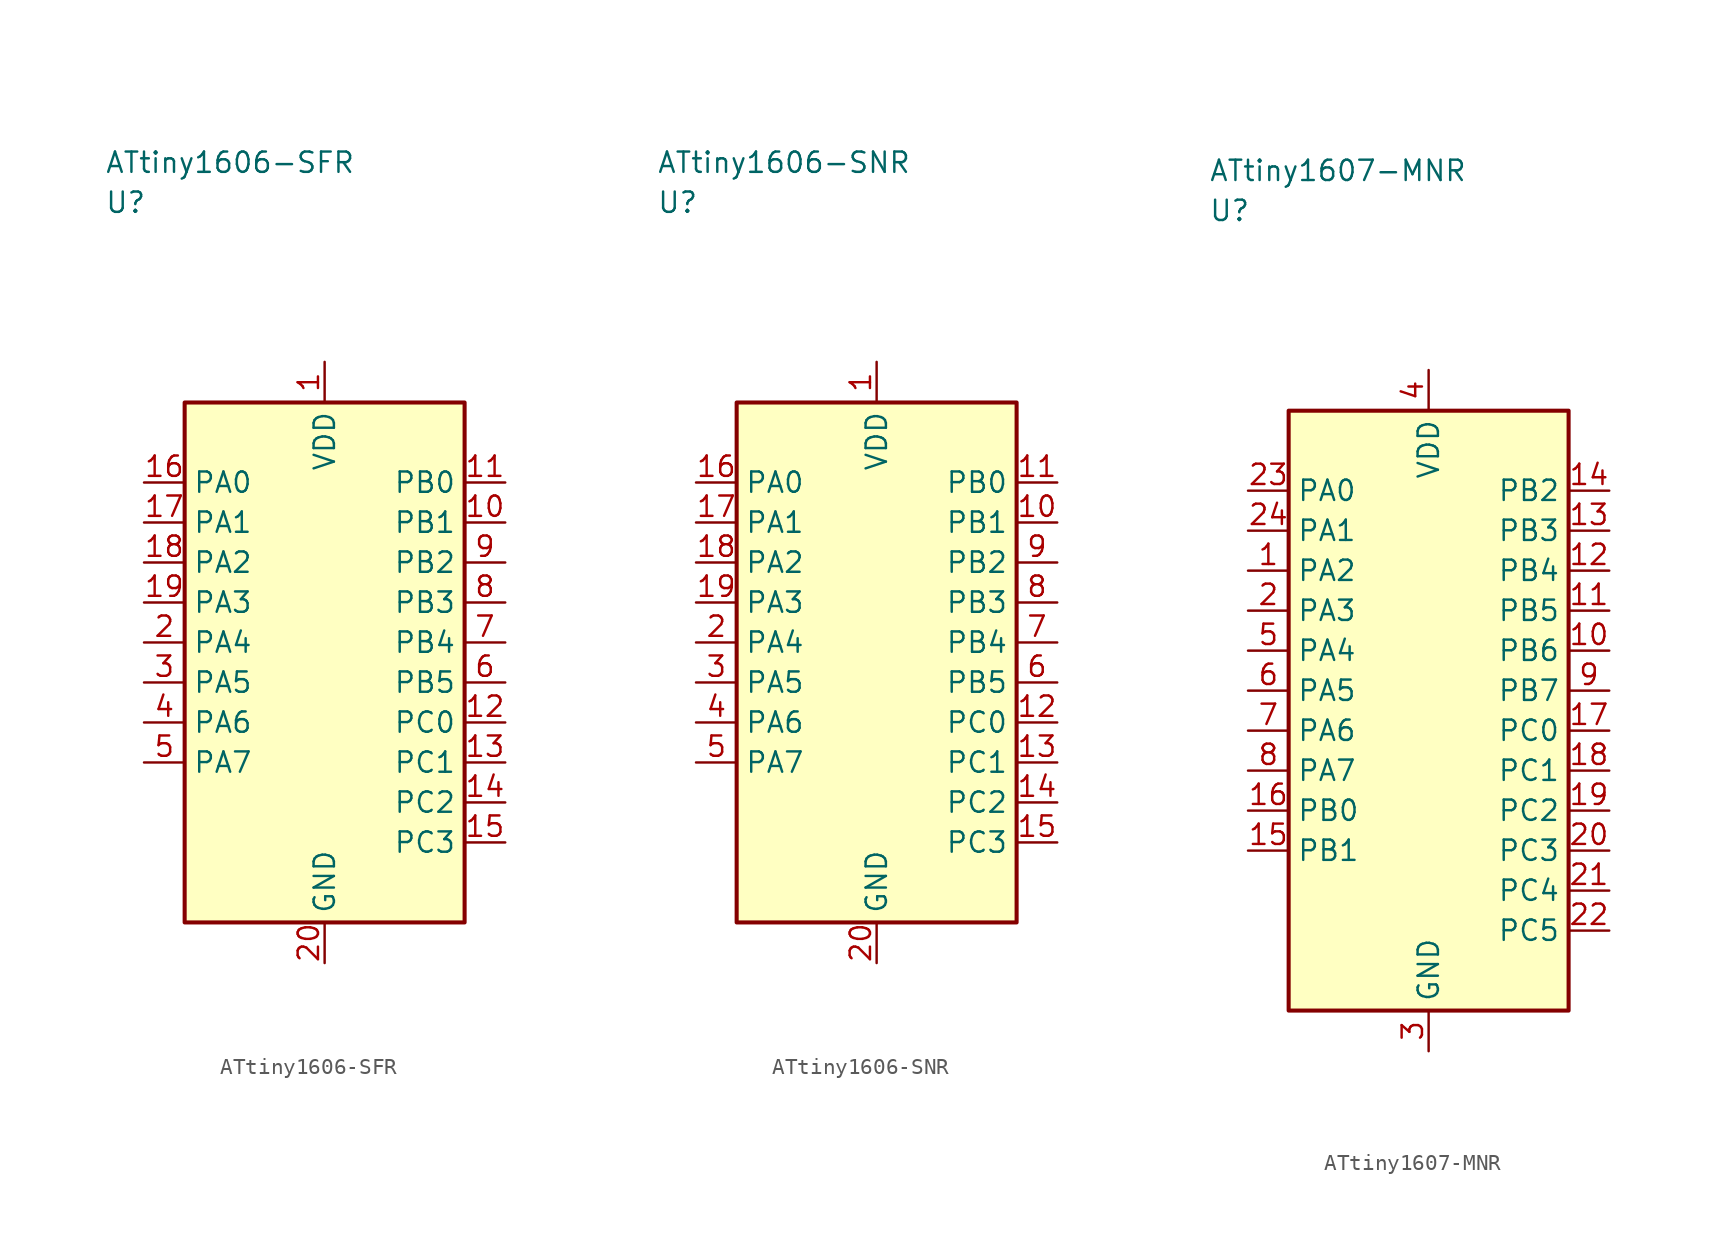
<source format=kicad_sym>
(kicad_symbol_lib
  (version 20241025)
  (generator "kicad_symbol_editor")
  (generator_version "8.0")
  (symbol "ATtiny1606-SFR"
    (property "Reference" "U"
      (at -13.75 28.75 0)
      (effects (font (size 1.27 1.27)) (justify left)))
    (property "Value" "ATtiny1606-SFR"
      (at -13.75 31.25 0)
      (effects (font (size 1.27 1.27)) (justify left)))
    (symbol "ATtiny1606-SFR_0_1"
      (rectangle (start -8.75 16.25) (end 8.75 -16.25) (stroke (width 0.254) (type default)) (fill (type background))))
    (symbol "ATtiny1606-SFR_1_1"
      (pin power_in line (at 0.0 18.79 270.0) (length 2.54) (name "VDD" (effects (font (size 1.27 1.27)))) (number "1" (effects (font (size 1.27 1.27)))))
      (pin bidirectional line (at -11.29 1.25 0.0) (length 2.54) (name "PA4" (effects (font (size 1.27 1.27)))) (number "2" (effects (font (size 1.27 1.27)))))
      (pin bidirectional line (at -11.29 -1.25 0.0) (length 2.54) (name "PA5" (effects (font (size 1.27 1.27)))) (number "3" (effects (font (size 1.27 1.27)))))
      (pin bidirectional line (at -11.29 -3.75 0.0) (length 2.54) (name "PA6" (effects (font (size 1.27 1.27)))) (number "4" (effects (font (size 1.27 1.27)))))
      (pin bidirectional line (at -11.29 -6.25 0.0) (length 2.54) (name "PA7" (effects (font (size 1.27 1.27)))) (number "5" (effects (font (size 1.27 1.27)))))
      (pin bidirectional line (at 11.29 -1.25 180.0) (length 2.54) (name "PB5" (effects (font (size 1.27 1.27)))) (number "6" (effects (font (size 1.27 1.27)))))
      (pin bidirectional line (at 11.29 1.25 180.0) (length 2.54) (name "PB4" (effects (font (size 1.27 1.27)))) (number "7" (effects (font (size 1.27 1.27)))))
      (pin bidirectional line (at 11.29 3.75 180.0) (length 2.54) (name "PB3" (effects (font (size 1.27 1.27)))) (number "8" (effects (font (size 1.27 1.27)))))
      (pin bidirectional line (at 11.29 6.25 180.0) (length 2.54) (name "PB2" (effects (font (size 1.27 1.27)))) (number "9" (effects (font (size 1.27 1.27)))))
      (pin bidirectional line (at 11.29 8.75 180.0) (length 2.54) (name "PB1" (effects (font (size 1.27 1.27)))) (number "10" (effects (font (size 1.27 1.27)))))
      (pin bidirectional line (at 11.29 11.25 180.0) (length 2.54) (name "PB0" (effects (font (size 1.27 1.27)))) (number "11" (effects (font (size 1.27 1.27)))))
      (pin bidirectional line (at 11.29 -3.75 180.0) (length 2.54) (name "PC0" (effects (font (size 1.27 1.27)))) (number "12" (effects (font (size 1.27 1.27)))))
      (pin bidirectional line (at 11.29 -6.25 180.0) (length 2.54) (name "PC1" (effects (font (size 1.27 1.27)))) (number "13" (effects (font (size 1.27 1.27)))))
      (pin bidirectional line (at 11.29 -8.75 180.0) (length 2.54) (name "PC2" (effects (font (size 1.27 1.27)))) (number "14" (effects (font (size 1.27 1.27)))))
      (pin bidirectional line (at 11.29 -11.25 180.0) (length 2.54) (name "PC3" (effects (font (size 1.27 1.27)))) (number "15" (effects (font (size 1.27 1.27)))))
      (pin bidirectional line (at -11.29 11.25 0.0) (length 2.54) (name "PA0" (effects (font (size 1.27 1.27)))) (number "16" (effects (font (size 1.27 1.27)))))
      (pin bidirectional line (at -11.29 8.75 0.0) (length 2.54) (name "PA1" (effects (font (size 1.27 1.27)))) (number "17" (effects (font (size 1.27 1.27)))))
      (pin bidirectional line (at -11.29 6.25 0.0) (length 2.54) (name "PA2" (effects (font (size 1.27 1.27)))) (number "18" (effects (font (size 1.27 1.27)))))
      (pin bidirectional line (at -11.29 3.75 0.0) (length 2.54) (name "PA3" (effects (font (size 1.27 1.27)))) (number "19" (effects (font (size 1.27 1.27)))))
      (pin passive line (at 0.0 -18.79 90.0) (length 2.54) (name "GND" (effects (font (size 1.27 1.27)))) (number "20" (effects (font (size 1.27 1.27)))))))
  (symbol "ATtiny1606-SNR"
    (property "Reference" "U"
      (at -13.75 28.75 0)
      (effects (font (size 1.27 1.27)) (justify left)))
    (property "Value" "ATtiny1606-SNR"
      (at -13.75 31.25 0)
      (effects (font (size 1.27 1.27)) (justify left)))
    (symbol "ATtiny1606-SNR_0_1"
      (rectangle (start -8.75 16.25) (end 8.75 -16.25) (stroke (width 0.254) (type default)) (fill (type background))))
    (symbol "ATtiny1606-SNR_1_1"
      (pin power_in line (at 0.0 18.79 270.0) (length 2.54) (name "VDD" (effects (font (size 1.27 1.27)))) (number "1" (effects (font (size 1.27 1.27)))))
      (pin bidirectional line (at -11.29 1.25 0.0) (length 2.54) (name "PA4" (effects (font (size 1.27 1.27)))) (number "2" (effects (font (size 1.27 1.27)))))
      (pin bidirectional line (at -11.29 -1.25 0.0) (length 2.54) (name "PA5" (effects (font (size 1.27 1.27)))) (number "3" (effects (font (size 1.27 1.27)))))
      (pin bidirectional line (at -11.29 -3.75 0.0) (length 2.54) (name "PA6" (effects (font (size 1.27 1.27)))) (number "4" (effects (font (size 1.27 1.27)))))
      (pin bidirectional line (at -11.29 -6.25 0.0) (length 2.54) (name "PA7" (effects (font (size 1.27 1.27)))) (number "5" (effects (font (size 1.27 1.27)))))
      (pin bidirectional line (at 11.29 -1.25 180.0) (length 2.54) (name "PB5" (effects (font (size 1.27 1.27)))) (number "6" (effects (font (size 1.27 1.27)))))
      (pin bidirectional line (at 11.29 1.25 180.0) (length 2.54) (name "PB4" (effects (font (size 1.27 1.27)))) (number "7" (effects (font (size 1.27 1.27)))))
      (pin bidirectional line (at 11.29 3.75 180.0) (length 2.54) (name "PB3" (effects (font (size 1.27 1.27)))) (number "8" (effects (font (size 1.27 1.27)))))
      (pin bidirectional line (at 11.29 6.25 180.0) (length 2.54) (name "PB2" (effects (font (size 1.27 1.27)))) (number "9" (effects (font (size 1.27 1.27)))))
      (pin bidirectional line (at 11.29 8.75 180.0) (length 2.54) (name "PB1" (effects (font (size 1.27 1.27)))) (number "10" (effects (font (size 1.27 1.27)))))
      (pin bidirectional line (at 11.29 11.25 180.0) (length 2.54) (name "PB0" (effects (font (size 1.27 1.27)))) (number "11" (effects (font (size 1.27 1.27)))))
      (pin bidirectional line (at 11.29 -3.75 180.0) (length 2.54) (name "PC0" (effects (font (size 1.27 1.27)))) (number "12" (effects (font (size 1.27 1.27)))))
      (pin bidirectional line (at 11.29 -6.25 180.0) (length 2.54) (name "PC1" (effects (font (size 1.27 1.27)))) (number "13" (effects (font (size 1.27 1.27)))))
      (pin bidirectional line (at 11.29 -8.75 180.0) (length 2.54) (name "PC2" (effects (font (size 1.27 1.27)))) (number "14" (effects (font (size 1.27 1.27)))))
      (pin bidirectional line (at 11.29 -11.25 180.0) (length 2.54) (name "PC3" (effects (font (size 1.27 1.27)))) (number "15" (effects (font (size 1.27 1.27)))))
      (pin bidirectional line (at -11.29 11.25 0.0) (length 2.54) (name "PA0" (effects (font (size 1.27 1.27)))) (number "16" (effects (font (size 1.27 1.27)))))
      (pin bidirectional line (at -11.29 8.75 0.0) (length 2.54) (name "PA1" (effects (font (size 1.27 1.27)))) (number "17" (effects (font (size 1.27 1.27)))))
      (pin bidirectional line (at -11.29 6.25 0.0) (length 2.54) (name "PA2" (effects (font (size 1.27 1.27)))) (number "18" (effects (font (size 1.27 1.27)))))
      (pin bidirectional line (at -11.29 3.75 0.0) (length 2.54) (name "PA3" (effects (font (size 1.27 1.27)))) (number "19" (effects (font (size 1.27 1.27)))))
      (pin passive line (at 0.0 -18.79 90.0) (length 2.54) (name "GND" (effects (font (size 1.27 1.27)))) (number "20" (effects (font (size 1.27 1.27)))))))
  (symbol "ATtiny1607-MNR"
    (property "Reference" "U"
      (at -13.75 31.25 0)
      (effects (font (size 1.27 1.27)) (justify left)))
    (property "Value" "ATtiny1607-MNR"
      (at -13.75 33.75 0)
      (effects (font (size 1.27 1.27)) (justify left)))
    (symbol "ATtiny1607-MNR_0_1"
      (rectangle (start -8.75 18.75) (end 8.75 -18.75) (stroke (width 0.254) (type default)) (fill (type background))))
    (symbol "ATtiny1607-MNR_1_1"
      (pin bidirectional line (at -11.29 8.75 0.0) (length 2.54) (name "PA2" (effects (font (size 1.27 1.27)))) (number "1" (effects (font (size 1.27 1.27)))))
      (pin bidirectional line (at -11.29 6.25 0.0) (length 2.54) (name "PA3" (effects (font (size 1.27 1.27)))) (number "2" (effects (font (size 1.27 1.27)))))
      (pin passive line (at 0.0 -21.29 90.0) (length 2.54) (name "GND" (effects (font (size 1.27 1.27)))) (number "3" (effects (font (size 1.27 1.27)))))
      (pin power_in line (at 0.0 21.29 270.0) (length 2.54) (name "VDD" (effects (font (size 1.27 1.27)))) (number "4" (effects (font (size 1.27 1.27)))))
      (pin bidirectional line (at -11.29 3.75 0.0) (length 2.54) (name "PA4" (effects (font (size 1.27 1.27)))) (number "5" (effects (font (size 1.27 1.27)))))
      (pin bidirectional line (at -11.29 1.25 0.0) (length 2.54) (name "PA5" (effects (font (size 1.27 1.27)))) (number "6" (effects (font (size 1.27 1.27)))))
      (pin bidirectional line (at -11.29 -1.25 0.0) (length 2.54) (name "PA6" (effects (font (size 1.27 1.27)))) (number "7" (effects (font (size 1.27 1.27)))))
      (pin bidirectional line (at -11.29 -3.75 0.0) (length 2.54) (name "PA7" (effects (font (size 1.27 1.27)))) (number "8" (effects (font (size 1.27 1.27)))))
      (pin bidirectional line (at 11.29 1.25 180.0) (length 2.54) (name "PB7" (effects (font (size 1.27 1.27)))) (number "9" (effects (font (size 1.27 1.27)))))
      (pin bidirectional line (at 11.29 3.75 180.0) (length 2.54) (name "PB6" (effects (font (size 1.27 1.27)))) (number "10" (effects (font (size 1.27 1.27)))))
      (pin bidirectional line (at 11.29 6.25 180.0) (length 2.54) (name "PB5" (effects (font (size 1.27 1.27)))) (number "11" (effects (font (size 1.27 1.27)))))
      (pin bidirectional line (at 11.29 8.75 180.0) (length 2.54) (name "PB4" (effects (font (size 1.27 1.27)))) (number "12" (effects (font (size 1.27 1.27)))))
      (pin bidirectional line (at 11.29 11.25 180.0) (length 2.54) (name "PB3" (effects (font (size 1.27 1.27)))) (number "13" (effects (font (size 1.27 1.27)))))
      (pin bidirectional line (at 11.29 13.75 180.0) (length 2.54) (name "PB2" (effects (font (size 1.27 1.27)))) (number "14" (effects (font (size 1.27 1.27)))))
      (pin bidirectional line (at -11.29 -8.75 0.0) (length 2.54) (name "PB1" (effects (font (size 1.27 1.27)))) (number "15" (effects (font (size 1.27 1.27)))))
      (pin bidirectional line (at -11.29 -6.25 0.0) (length 2.54) (name "PB0" (effects (font (size 1.27 1.27)))) (number "16" (effects (font (size 1.27 1.27)))))
      (pin bidirectional line (at 11.29 -1.25 180.0) (length 2.54) (name "PC0" (effects (font (size 1.27 1.27)))) (number "17" (effects (font (size 1.27 1.27)))))
      (pin bidirectional line (at 11.29 -3.75 180.0) (length 2.54) (name "PC1" (effects (font (size 1.27 1.27)))) (number "18" (effects (font (size 1.27 1.27)))))
      (pin bidirectional line (at 11.29 -6.25 180.0) (length 2.54) (name "PC2" (effects (font (size 1.27 1.27)))) (number "19" (effects (font (size 1.27 1.27)))))
      (pin bidirectional line (at 11.29 -8.75 180.0) (length 2.54) (name "PC3" (effects (font (size 1.27 1.27)))) (number "20" (effects (font (size 1.27 1.27)))))
      (pin bidirectional line (at 11.29 -11.25 180.0) (length 2.54) (name "PC4" (effects (font (size 1.27 1.27)))) (number "21" (effects (font (size 1.27 1.27)))))
      (pin bidirectional line (at 11.29 -13.75 180.0) (length 2.54) (name "PC5" (effects (font (size 1.27 1.27)))) (number "22" (effects (font (size 1.27 1.27)))))
      (pin bidirectional line (at -11.29 13.75 0.0) (length 2.54) (name "PA0" (effects (font (size 1.27 1.27)))) (number "23" (effects (font (size 1.27 1.27)))))
      (pin bidirectional line (at -11.29 11.25 0.0) (length 2.54) (name "PA1" (effects (font (size 1.27 1.27)))) (number "24" (effects (font (size 1.27 1.27))))))))
</source>
